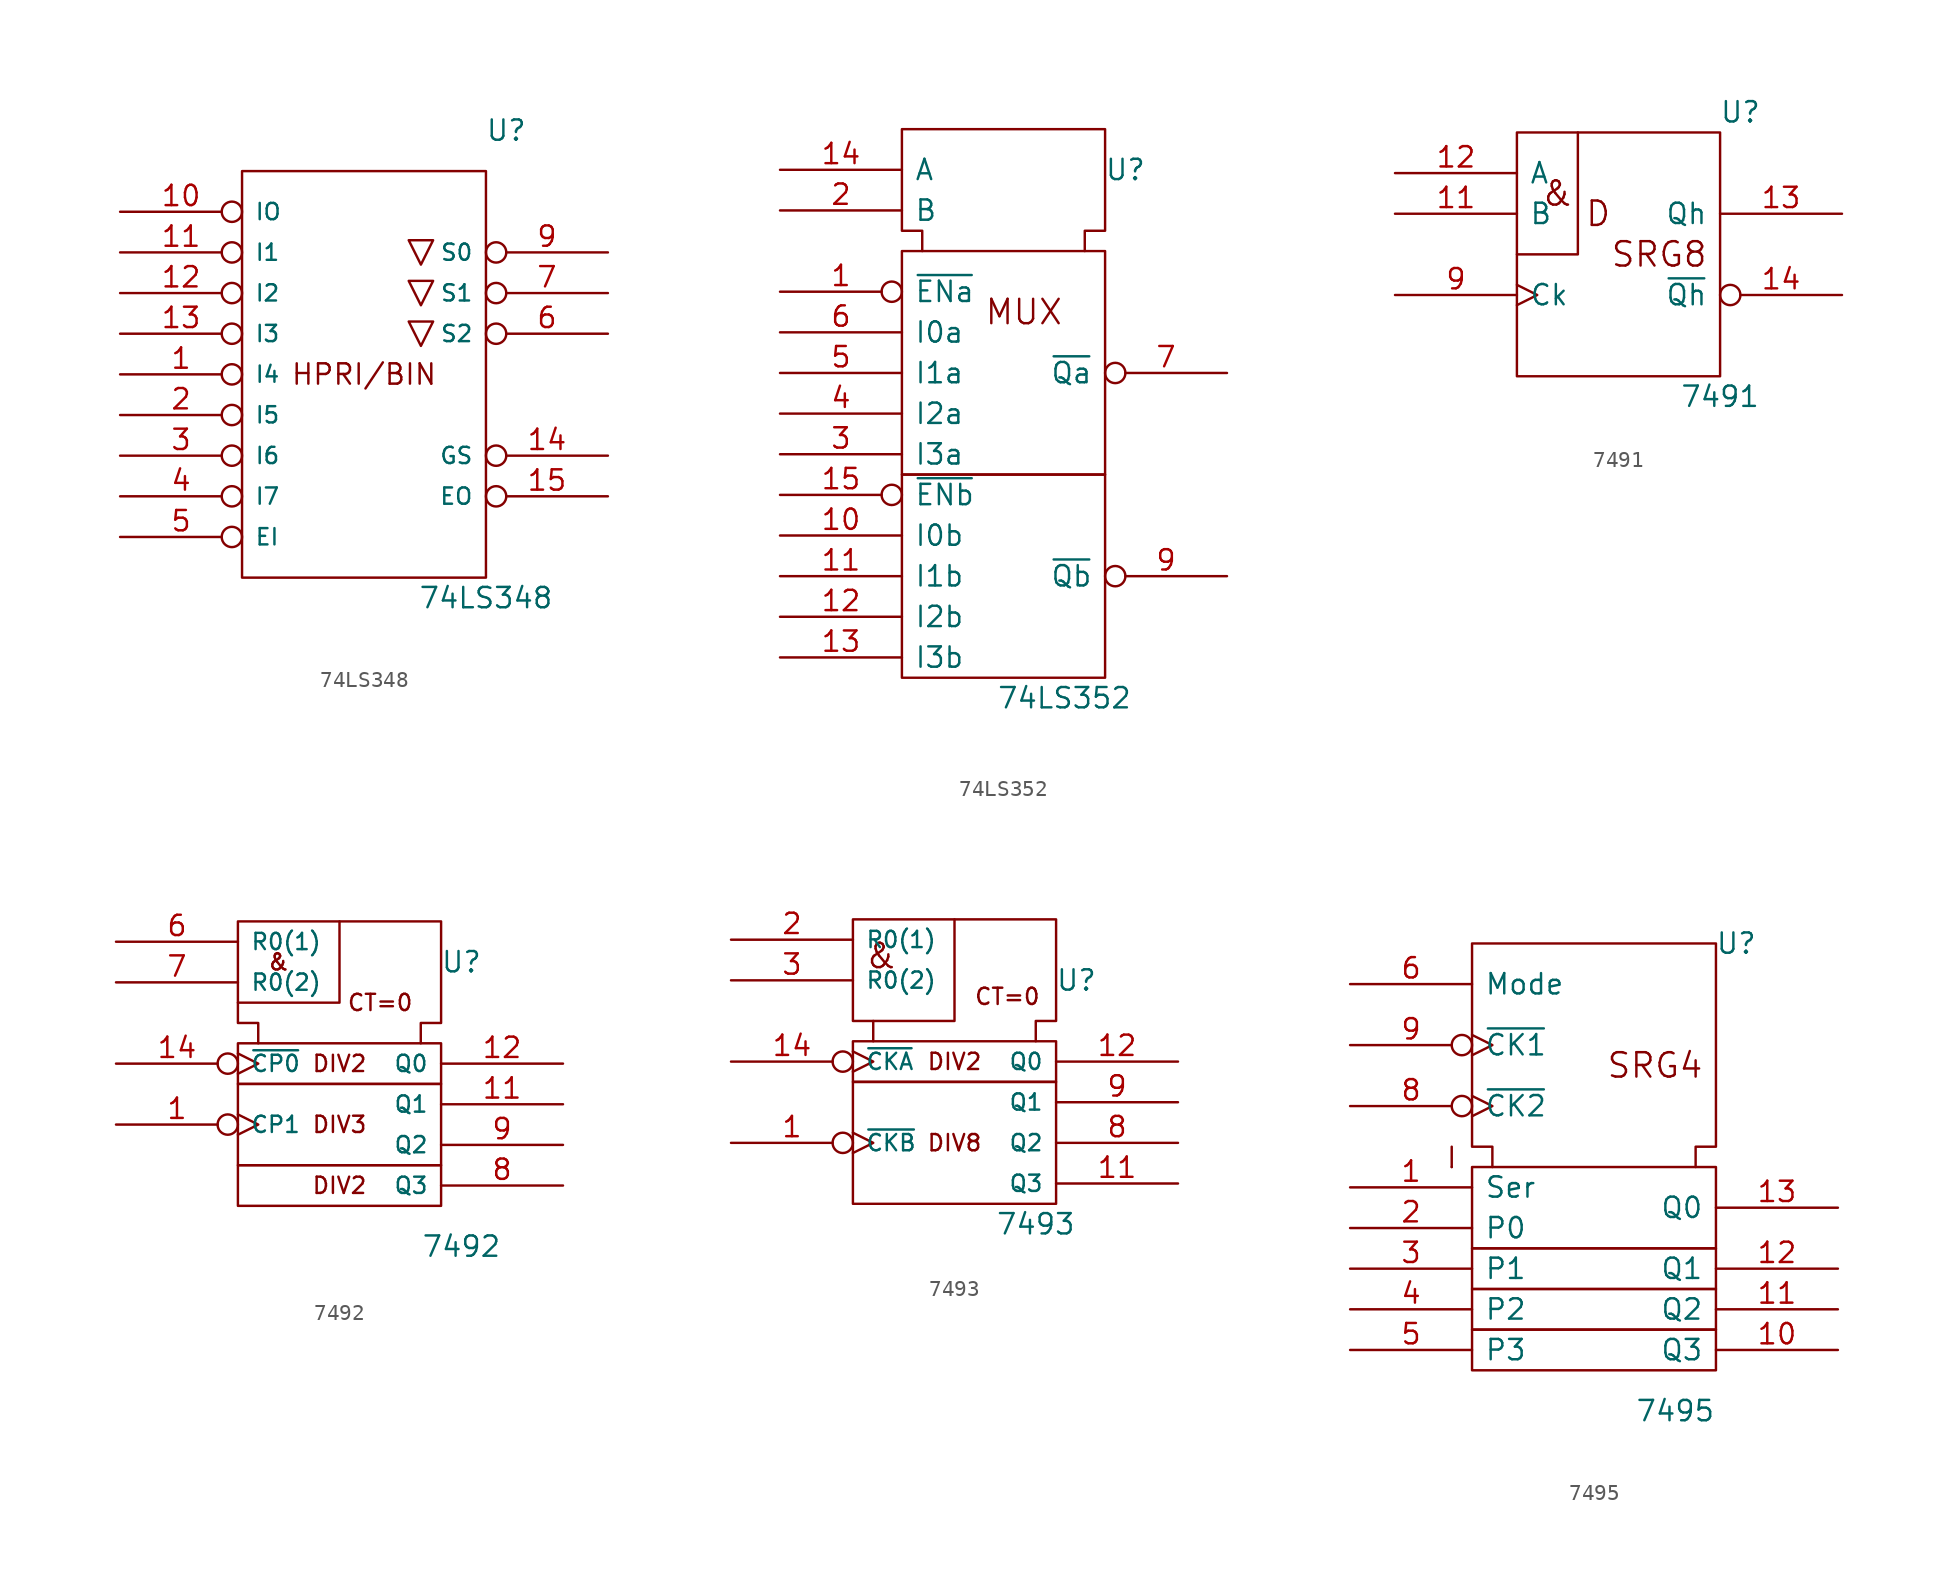
<source format=kicad_sym>
(kicad_symbol_lib
  (version 20201005)
  (generator kicad_symbol_editor)
  (symbol "74LS348"
    (pin_names
      (offset 0.762))
    (property "Reference" "U"
      (at 8.89 15.24 0)
      (effects (font (size 1.27 1.27))))
    (property "Value" "74LS348"
      (at 7.62 -13.97 0)
      (effects (font (size 1.27 1.27))))
    (symbol "74LS348_0_0"
      (text "HPRI/BIN" (at 0 0 0) (effects (font (size 1.27 1.27))))
      (rectangle (start -7.62 12.7) (end 7.62 -12.7) (stroke (width 0)) (fill (type none)))
      (polyline (pts (xy 4.318 3.302) (xy 2.794 3.302) (xy 3.556 1.778) (xy 4.318 3.302) (xy 4.318 3.302)) (stroke (width 0)) (fill (type none)))
      (polyline (pts (xy 4.318 5.842) (xy 2.794 5.842) (xy 3.556 4.318) (xy 4.318 5.842) (xy 4.318 5.842)) (stroke (width 0)) (fill (type none)))
      (polyline (pts (xy 4.318 8.382) (xy 2.794 8.382) (xy 3.556 6.858) (xy 4.318 8.382) (xy 4.318 8.382)) (stroke (width 0)) (fill (type none)))
      (pin power_in line (at 0 12.7 270) (length 0) hide (name "VCC" (effects (font (size 1.016 1.016)))) (number "16" (effects (font (size 1.27 1.27)))))
      (pin power_in line (at 0 -12.7 90) (length 0) hide (name "GND" (effects (font (size 1.016 1.016)))) (number "8" (effects (font (size 1.27 1.27))))))
    (symbol "74LS348_1_1"
      (pin output inverted (at 15.24 -7.62 180) (length 7.62) (name "EO" (effects (font (size 1.016 1.016)))) (number "15" (effects (font (size 1.27 1.27)))))
      (pin output inverted (at 15.24 -5.08 180) (length 7.62) (name "GS" (effects (font (size 1.016 1.016)))) (number "14" (effects (font (size 1.27 1.27)))))
      (pin output inverted (at 15.24 2.54 180) (length 7.62) (name "S2" (effects (font (size 1.016 1.016)))) (number "6" (effects (font (size 1.27 1.27)))))
      (pin output inverted (at 15.24 5.08 180) (length 7.62) (name "S1" (effects (font (size 1.016 1.016)))) (number "7" (effects (font (size 1.27 1.27)))))
      (pin output inverted (at 15.24 7.62 180) (length 7.62) (name "S0" (effects (font (size 1.016 1.016)))) (number "9" (effects (font (size 1.27 1.27)))))
      (pin input inverted (at -15.24 -10.16 0) (length 7.62) (name "EI" (effects (font (size 1.016 1.016)))) (number "5" (effects (font (size 1.27 1.27)))))
      (pin input inverted (at -15.24 -7.62 0) (length 7.62) (name "I7" (effects (font (size 1.016 1.016)))) (number "4" (effects (font (size 1.27 1.27)))))
      (pin input inverted (at -15.24 -5.08 0) (length 7.62) (name "I6" (effects (font (size 1.016 1.016)))) (number "3" (effects (font (size 1.27 1.27)))))
      (pin input inverted (at -15.24 -2.54 0) (length 7.62) (name "I5" (effects (font (size 1.016 1.016)))) (number "2" (effects (font (size 1.27 1.27)))))
      (pin input inverted (at -15.24 0 0) (length 7.62) (name "I4" (effects (font (size 1.016 1.016)))) (number "1" (effects (font (size 1.27 1.27)))))
      (pin input inverted (at -15.24 2.54 0) (length 7.62) (name "I3" (effects (font (size 1.016 1.016)))) (number "13" (effects (font (size 1.27 1.27)))))
      (pin input inverted (at -15.24 5.08 0) (length 7.62) (name "I2" (effects (font (size 1.016 1.016)))) (number "12" (effects (font (size 1.27 1.27)))))
      (pin input inverted (at -15.24 7.62 0) (length 7.62) (name "I1" (effects (font (size 1.016 1.016)))) (number "11" (effects (font (size 1.27 1.27)))))
      (pin input inverted (at -15.24 10.16 0) (length 7.62) (name "IO" (effects (font (size 1.016 1.016)))) (number "10" (effects (font (size 1.27 1.27)))))))
  (symbol "74LS352"
    (pin_names
      (offset 0.762))
    (property "Reference" "U"
      (at 7.62 16.51 0)
      (effects (font (size 1.27 1.27))))
    (property "Value" "74LS352"
      (at 3.81 -16.51 0)
      (effects (font (size 1.27 1.27))))
    (symbol "74LS352_0_0"
      (text "MUX" (at 1.27 7.62 0) (effects (font (size 1.524 1.524))))
      (rectangle (start -6.35 -2.54) (end 6.35 -15.24) (stroke (width 0)) (fill (type none)))
      (rectangle (start -6.35 11.43) (end 6.35 -2.54) (stroke (width 0)) (fill (type none)))
      (polyline (pts (xy -5.08 11.43) (xy -5.08 12.7) (xy -6.35 12.7) (xy -6.35 19.05) (xy 6.35 19.05) (xy 6.35 12.7) (xy 5.08 12.7) (xy 5.08 11.43) (xy 5.08 11.43)) (stroke (width 0)) (fill (type none)))
      (pin power_in line (at 0 19.05 270) (length 0) hide (name "GND" (effects (font (size 1.27 1.27)))) (number "8" (effects (font (size 1.27 1.27)))))
      (pin power_in line (at 3.81 19.05 270) (length 0) hide (name "VCC" (effects (font (size 1.27 1.27)))) (number "16" (effects (font (size 1.27 1.27))))))
    (symbol "74LS352_1_1"
      (pin output inverted (at 13.97 -8.89 180) (length 7.62) (name "~Qb" (effects (font (size 1.27 1.27)))) (number "9" (effects (font (size 1.27 1.27)))))
      (pin output inverted (at 13.97 3.81 180) (length 7.62) (name "~Qa" (effects (font (size 1.27 1.27)))) (number "7" (effects (font (size 1.27 1.27)))))
      (pin input line (at -13.97 -13.97 0) (length 7.62) (name "I3b" (effects (font (size 1.27 1.27)))) (number "13" (effects (font (size 1.27 1.27)))))
      (pin input line (at -13.97 -11.43 0) (length 7.62) (name "I2b" (effects (font (size 1.27 1.27)))) (number "12" (effects (font (size 1.27 1.27)))))
      (pin input line (at -13.97 -8.89 0) (length 7.62) (name "I1b" (effects (font (size 1.27 1.27)))) (number "11" (effects (font (size 1.27 1.27)))))
      (pin input line (at -13.97 -6.35 0) (length 7.62) (name "I0b" (effects (font (size 1.27 1.27)))) (number "10" (effects (font (size 1.27 1.27)))))
      (pin input inverted (at -13.97 -3.81 0) (length 7.62) (name "~ENb" (effects (font (size 1.27 1.27)))) (number "15" (effects (font (size 1.27 1.27)))))
      (pin input line (at -13.97 -1.27 0) (length 7.62) (name "I3a" (effects (font (size 1.27 1.27)))) (number "3" (effects (font (size 1.27 1.27)))))
      (pin input line (at -13.97 1.27 0) (length 7.62) (name "I2a" (effects (font (size 1.27 1.27)))) (number "4" (effects (font (size 1.27 1.27)))))
      (pin input line (at -13.97 3.81 0) (length 7.62) (name "I1a" (effects (font (size 1.27 1.27)))) (number "5" (effects (font (size 1.27 1.27)))))
      (pin input line (at -13.97 6.35 0) (length 7.62) (name "I0a" (effects (font (size 1.27 1.27)))) (number "6" (effects (font (size 1.27 1.27)))))
      (pin input inverted (at -13.97 8.89 0) (length 7.62) (name "~ENa" (effects (font (size 1.27 1.27)))) (number "1" (effects (font (size 1.27 1.27)))))
      (pin input line (at -13.97 13.97 0) (length 7.62) (name "B" (effects (font (size 1.27 1.27)))) (number "2" (effects (font (size 1.27 1.27)))))
      (pin input line (at -13.97 16.51 0) (length 7.62) (name "A" (effects (font (size 1.27 1.27)))) (number "14" (effects (font (size 1.27 1.27)))))))
  (symbol "7491"
    (pin_names
      (offset 0.762))
    (property "Reference" "U"
      (at 7.62 8.89 0)
      (effects (font (size 1.27 1.27))))
    (property "Value" "7491"
      (at 6.35 -8.89 0)
      (effects (font (size 1.27 1.27))))
    (symbol "7491_0_0"
      (text "D" (at -1.27 2.54 0) (effects (font (size 1.524 1.524))))
      (text "SRG8" (at 2.54 0 0) (effects (font (size 1.524 1.524))))
      (text "&" (at -3.81 3.81 0) (effects (font (size 1.524 1.524))))
      (pin power_in line (at 0 7.62 270) (length 0) hide (name "VCC" (effects (font (size 1.27 1.27)))) (number "5" (effects (font (size 1.27 1.27)))))
      (pin power_in line (at 0 -7.62 90) (length 0) hide (name "GND" (effects (font (size 1.27 1.27)))) (number "10" (effects (font (size 1.27 1.27))))))
    (symbol "7491_0_1"
      (rectangle (start -6.35 7.62) (end 6.35 -7.62) (stroke (width 0)) (fill (type none)))
      (polyline (pts (xy -2.54 7.62) (xy -2.54 0) (xy -6.35 0) (xy -6.35 0)) (stroke (width 0)) (fill (type none))))
    (symbol "7491_1_1"
      (pin output inverted (at 13.97 -2.54 180) (length 7.62) (name "~Qh" (effects (font (size 1.27 1.27)))) (number "14" (effects (font (size 1.27 1.27)))))
      (pin output line (at 13.97 2.54 180) (length 7.62) (name "Qh" (effects (font (size 1.27 1.27)))) (number "13" (effects (font (size 1.27 1.27)))))
      (pin input clock (at -13.97 -2.54 0) (length 7.62) (name "Ck" (effects (font (size 1.27 1.27)))) (number "9" (effects (font (size 1.27 1.27)))))
      (pin input line (at -13.97 2.54 0) (length 7.62) (name "B" (effects (font (size 1.27 1.27)))) (number "11" (effects (font (size 1.27 1.27)))))
      (pin input line (at -13.97 5.08 0) (length 7.62) (name "A" (effects (font (size 1.27 1.27)))) (number "12" (effects (font (size 1.27 1.27)))))))
  (symbol "7492"
    (pin_names
      (offset 0.762))
    (property "Reference" "U"
      (at 7.62 6.35 0)
      (effects (font (size 1.27 1.27))))
    (property "Value" "7492"
      (at 7.62 -11.43 0)
      (effects (font (size 1.27 1.27))))
    (symbol "7492_0_0"
      (text "DIV2" (at 0 -7.62 0) (effects (font (size 1.016 1.016))))
      (text "CT=0" (at 2.54 3.81 0) (effects (font (size 1.016 1.016))))
      (text "&" (at -3.81 6.35 0) (effects (font (size 1.016 1.016))))
      (text "DIV2" (at 0 0 0) (effects (font (size 1.016 1.016))))
      (text "DIV3" (at 0 -3.81 0) (effects (font (size 1.016 1.016))))
      (rectangle (start -6.35 1.27) (end 6.35 -1.27) (stroke (width 0)) (fill (type none)))
      (rectangle (start -6.35 -6.35) (end 6.35 -8.89) (stroke (width 0)) (fill (type none)))
      (rectangle (start -6.35 -1.27) (end 6.35 -6.35) (stroke (width 0)) (fill (type none)))
      (polyline (pts (xy 0 8.89) (xy 0 3.81) (xy -6.35 3.81) (xy -6.35 3.81)) (stroke (width 0)) (fill (type none)))
      (polyline (pts (xy -5.08 1.27) (xy -5.08 2.54) (xy -6.35 2.54) (xy -6.35 8.89) (xy 6.35 8.89) (xy 6.35 2.54) (xy 5.08 2.54) (xy 5.08 1.27) (xy 5.08 1.27)) (stroke (width 0)) (fill (type none)))
      (pin input line (at 2.54 8.89 270) (length 0) hide (name "GND" (effects (font (size 1.016 1.016)))) (number "10" (effects (font (size 1.27 1.27)))))
      (pin power_in line (at 5.08 8.89 270) (length 0) hide (name "VCC" (effects (font (size 1.016 1.016)))) (number "5" (effects (font (size 1.27 1.27))))))
    (symbol "7492_1_1"
      (pin output line (at 13.97 -7.62 180) (length 7.62) (name "Q3" (effects (font (size 1.016 1.016)))) (number "8" (effects (font (size 1.27 1.27)))))
      (pin output line (at 13.97 -5.08 180) (length 7.62) (name "Q2" (effects (font (size 1.016 1.016)))) (number "9" (effects (font (size 1.27 1.27)))))
      (pin output line (at 13.97 -2.54 180) (length 7.62) (name "Q1" (effects (font (size 1.016 1.016)))) (number "11" (effects (font (size 1.27 1.27)))))
      (pin output line (at 13.97 0 180) (length 7.62) (name "Q0" (effects (font (size 1.016 1.016)))) (number "12" (effects (font (size 1.27 1.27)))))
      (pin input inverted_clock (at -13.97 -3.81 0) (length 7.62) (name "CP1" (effects (font (size 1.016 1.016)))) (number "1" (effects (font (size 1.27 1.27)))))
      (pin input inverted_clock (at -13.97 0 0) (length 7.62) (name "~CP0" (effects (font (size 1.016 1.016)))) (number "14" (effects (font (size 1.27 1.27)))))
      (pin input line (at -13.97 5.08 0) (length 7.62) (name "R0(2)" (effects (font (size 1.016 1.016)))) (number "7" (effects (font (size 1.27 1.27)))))
      (pin input line (at -13.97 7.62 0) (length 7.62) (name "R0(1)" (effects (font (size 1.016 1.016)))) (number "6" (effects (font (size 1.27 1.27)))))))
  (symbol "7493"
    (pin_names
      (offset 0.762))
    (property "Reference" "U"
      (at 7.62 5.08 0)
      (effects (font (size 1.27 1.27))))
    (property "Value" "7493"
      (at 5.08 -10.16 0)
      (effects (font (size 1.27 1.27))))
    (symbol "7493_0_0"
      (text "CT=0" (at 3.302 4.064 0) (effects (font (size 1.016 1.016))))
      (text "DIV8" (at 0 -5.08 0) (effects (font (size 1.016 1.016))))
      (text "DIV2" (at 0 0 0) (effects (font (size 1.016 1.016))))
      (text "&" (at -4.572 6.604 0) (effects (font (size 1.524 1.524))))
      (rectangle (start -6.35 -1.27) (end 6.35 -8.89) (stroke (width 0)) (fill (type none)))
      (rectangle (start -6.35 1.27) (end 6.35 -1.27) (stroke (width 0)) (fill (type none)))
      (polyline (pts (xy 0 8.89) (xy 0 2.54) (xy -5.08 2.54) (xy -5.08 2.54)) (stroke (width 0)) (fill (type none)))
      (polyline (pts (xy -5.08 1.27) (xy -5.08 2.54) (xy -6.35 2.54) (xy -6.35 8.89) (xy 6.35 8.89) (xy 6.35 2.54) (xy 5.08 2.54) (xy 5.08 1.27) (xy 5.08 1.27)) (stroke (width 0)) (fill (type none)))
      (pin input line (at 1.27 8.89 270) (length 0) hide (name "GND" (effects (font (size 1.016 1.016)))) (number "10" (effects (font (size 1.27 1.27)))))
      (pin power_in line (at 5.08 8.89 270) (length 0) hide (name "VCC" (effects (font (size 1.016 1.016)))) (number "5" (effects (font (size 1.27 1.27))))))
    (symbol "7493_1_1"
      (pin output line (at 13.97 -7.62 180) (length 7.62) (name "Q3" (effects (font (size 1.016 1.016)))) (number "11" (effects (font (size 1.27 1.27)))))
      (pin output line (at 13.97 -5.08 180) (length 7.62) (name "Q2" (effects (font (size 1.016 1.016)))) (number "8" (effects (font (size 1.27 1.27)))))
      (pin output line (at 13.97 -2.54 180) (length 7.62) (name "Q1" (effects (font (size 1.016 1.016)))) (number "9" (effects (font (size 1.27 1.27)))))
      (pin output line (at 13.97 0 180) (length 7.62) (name "Q0" (effects (font (size 1.016 1.016)))) (number "12" (effects (font (size 1.27 1.27)))))
      (pin input inverted_clock (at -13.97 -5.08 0) (length 7.62) (name "~CKB" (effects (font (size 1.016 1.016)))) (number "1" (effects (font (size 1.27 1.27)))))
      (pin input inverted_clock (at -13.97 0 0) (length 7.62) (name "~CKA" (effects (font (size 1.016 1.016)))) (number "14" (effects (font (size 1.27 1.27)))))
      (pin input line (at -13.97 5.08 0) (length 7.62) (name "R0(2)" (effects (font (size 1.016 1.016)))) (number "3" (effects (font (size 1.27 1.27)))))
      (pin input line (at -13.97 7.62 0) (length 7.62) (name "R0(1)" (effects (font (size 1.016 1.016)))) (number "2" (effects (font (size 1.27 1.27)))))))
  (symbol "7495"
    (pin_names
      (offset 0.762))
    (property "Reference" "U"
      (at 8.89 13.97 0)
      (effects (font (size 1.27 1.27))))
    (property "Value" "7495"
      (at 5.08 -15.24 0)
      (effects (font (size 1.27 1.27))))
    (symbol "7495_0_0"
      (text "SRG4" (at 3.81 6.35 0) (effects (font (size 1.524 1.524))))
      (polyline (pts (xy -8.89 0) (xy -8.89 0)) (stroke (width 0)) (fill (type none)))
      (polyline (pts (xy -8.89 1.27) (xy -8.89 0) (xy -8.89 0)) (stroke (width 0)) (fill (type none)))
      (pin power_in line (at 0 13.97 270) (length 0) hide (name "GND" (effects (font (size 1.27 1.27)))) (number "7" (effects (font (size 1.27 1.27)))))
      (pin power_in line (at 5.08 13.97 270) (length 0) hide (name "VCC" (effects (font (size 1.27 1.27)))) (number "14" (effects (font (size 1.27 1.27))))))
    (symbol "7495_0_1"
      (rectangle (start -7.62 -10.16) (end 7.62 -12.7) (stroke (width 0)) (fill (type none)))
      (rectangle (start -7.62 -5.08) (end 7.62 -7.62) (stroke (width 0)) (fill (type none)))
      (rectangle (start -7.62 0) (end 7.62 -5.08) (stroke (width 0)) (fill (type none)))
      (rectangle (start -7.62 -7.62) (end 7.62 -10.16) (stroke (width 0)) (fill (type none)))
      (polyline (pts (xy -6.35 0) (xy -6.35 1.27) (xy -7.62 1.27) (xy -7.62 13.97) (xy 7.62 13.97) (xy 7.62 1.27) (xy 6.35 1.27) (xy 6.35 0) (xy 6.35 0)) (stroke (width 0)) (fill (type none))))
    (symbol "7495_1_1"
      (pin output line (at 15.24 -11.43 180) (length 7.62) (name "Q3" (effects (font (size 1.27 1.27)))) (number "10" (effects (font (size 1.27 1.27)))))
      (pin output line (at 15.24 -8.89 180) (length 7.62) (name "Q2" (effects (font (size 1.27 1.27)))) (number "11" (effects (font (size 1.27 1.27)))))
      (pin output line (at 15.24 -6.35 180) (length 7.62) (name "Q1" (effects (font (size 1.27 1.27)))) (number "12" (effects (font (size 1.27 1.27)))))
      (pin output line (at 15.24 -2.54 180) (length 7.62) (name "Q0" (effects (font (size 1.27 1.27)))) (number "13" (effects (font (size 1.27 1.27)))))
      (pin input line (at -15.24 -11.43 0) (length 7.62) (name "P3" (effects (font (size 1.27 1.27)))) (number "5" (effects (font (size 1.27 1.27)))))
      (pin input line (at -15.24 -8.89 0) (length 7.62) (name "P2" (effects (font (size 1.27 1.27)))) (number "4" (effects (font (size 1.27 1.27)))))
      (pin input line (at -15.24 -6.35 0) (length 7.62) (name "P1" (effects (font (size 1.27 1.27)))) (number "3" (effects (font (size 1.27 1.27)))))
      (pin input line (at -15.24 -3.81 0) (length 7.62) (name "P0" (effects (font (size 1.27 1.27)))) (number "2" (effects (font (size 1.27 1.27)))))
      (pin input line (at -15.24 -1.27 0) (length 7.62) (name "Ser" (effects (font (size 1.27 1.27)))) (number "1" (effects (font (size 1.27 1.27)))))
      (pin input inverted_clock (at -15.24 3.81 0) (length 7.62) (name "~CK2" (effects (font (size 1.27 1.27)))) (number "8" (effects (font (size 1.27 1.27)))))
      (pin input inverted_clock (at -15.24 7.62 0) (length 7.62) (name "~CK1" (effects (font (size 1.27 1.27)))) (number "9" (effects (font (size 1.27 1.27)))))
      (pin input line (at -15.24 11.43 0) (length 7.62) (name "Mode" (effects (font (size 1.27 1.27)))) (number "6" (effects (font (size 1.27 1.27))))))))
</source>
